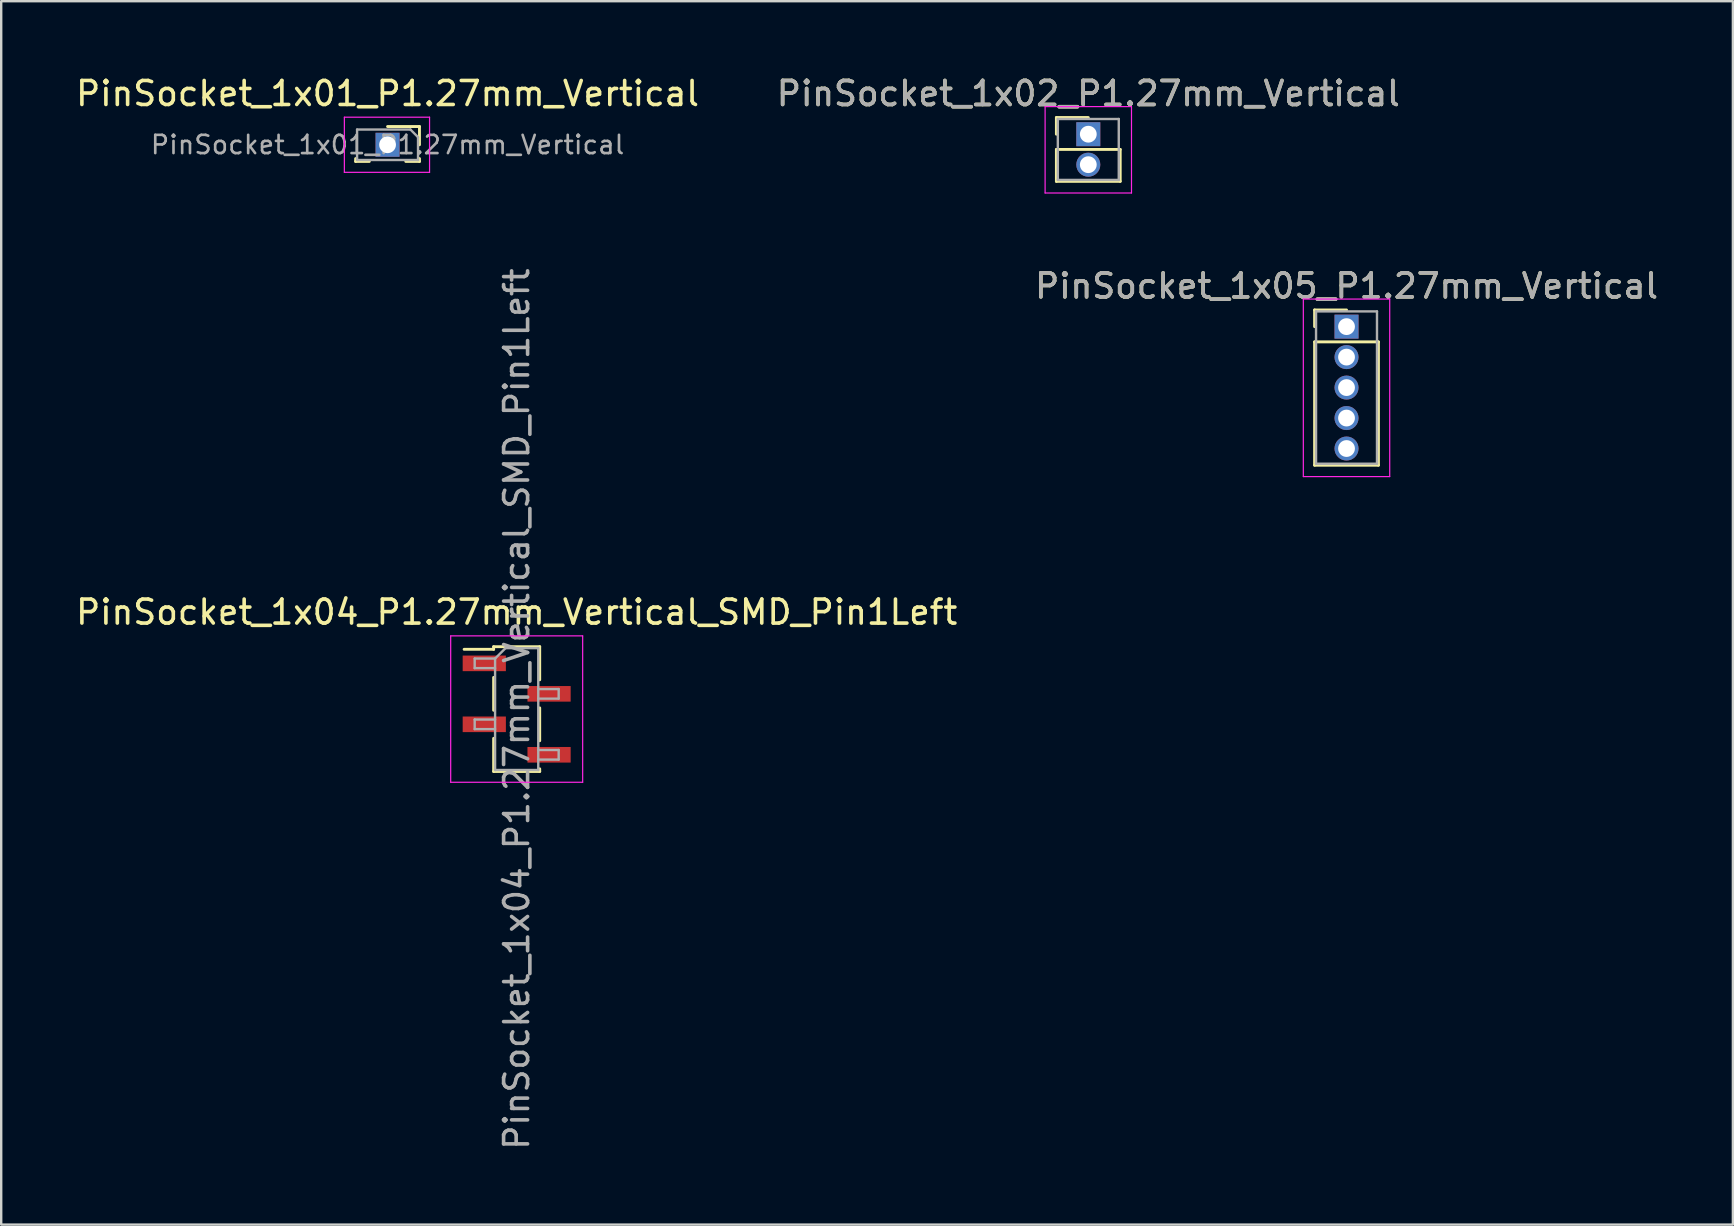
<source format=kicad_pcb>
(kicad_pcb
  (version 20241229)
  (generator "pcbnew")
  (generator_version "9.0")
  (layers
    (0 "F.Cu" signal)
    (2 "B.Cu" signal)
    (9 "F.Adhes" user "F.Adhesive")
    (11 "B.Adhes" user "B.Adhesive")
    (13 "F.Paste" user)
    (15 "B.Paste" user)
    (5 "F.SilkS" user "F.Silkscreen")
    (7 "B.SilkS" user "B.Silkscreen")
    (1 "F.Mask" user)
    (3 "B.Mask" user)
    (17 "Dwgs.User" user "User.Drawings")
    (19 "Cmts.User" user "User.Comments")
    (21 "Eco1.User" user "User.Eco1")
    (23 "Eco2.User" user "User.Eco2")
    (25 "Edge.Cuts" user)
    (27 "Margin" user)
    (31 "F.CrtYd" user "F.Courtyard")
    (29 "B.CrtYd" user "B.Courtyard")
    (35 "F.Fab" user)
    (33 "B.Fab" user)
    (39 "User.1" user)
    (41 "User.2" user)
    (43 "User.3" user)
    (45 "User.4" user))
  (footprint "PinSocket_1x04_P1.27mm_Vertical_SMD_Pin1Left"
    (layer "F.Cu")
    (at 18.482 26.5)
    (property "Reference" "PinSocket_1x04_P1.27mm_Vertical_SMD_Pin1Left" (at 0 -4.04 0) (layer "F.SilkS") (effects (font (size 1 1) (thickness 0.15))))
    (attr smd)
    (fp_line (start -2.19 -2.49) (end -0.96 -2.49) (stroke (width 0.12) (type solid)) (layer "F.SilkS"))
    (fp_line (start -0.96 -2.6) (end -0.96 -2.49) (stroke (width 0.12) (type solid)) (layer "F.SilkS"))
    (fp_line (start -0.96 -2.6) (end 0.96 -2.6) (stroke (width 0.12) (type solid)) (layer "F.SilkS"))
    (fp_line (start -0.96 -1.32) (end -0.96 0.05) (stroke (width 0.12) (type solid)) (layer "F.SilkS"))
    (fp_line (start -0.96 1.22) (end -0.96 2.6) (stroke (width 0.12) (type solid)) (layer "F.SilkS"))
    (fp_line (start -0.96 2.6) (end 0.96 2.6) (stroke (width 0.12) (type solid)) (layer "F.SilkS"))
    (fp_line (start 0.96 -2.6) (end 0.96 -1.22) (stroke (width 0.12) (type solid)) (layer "F.SilkS"))
    (fp_line (start 0.96 -0.05) (end 0.96 1.32) (stroke (width 0.12) (type solid)) (layer "F.SilkS"))
    (fp_line (start 0.96 2.49) (end 0.96 2.6) (stroke (width 0.12) (type solid)) (layer "F.SilkS"))
    (fp_line (start -2.75 -3.05) (end 2.75 -3.05) (stroke (width 0.05) (type solid)) (layer "F.CrtYd"))
    (fp_line (start -2.75 3.05) (end -2.75 -3.05) (stroke (width 0.05) (type solid)) (layer "F.CrtYd"))
    (fp_line (start 2.75 -3.05) (end 2.75 3.05) (stroke (width 0.05) (type solid)) (layer "F.CrtYd"))
    (fp_line (start 2.75 3.05) (end -2.75 3.05) (stroke (width 0.05) (type solid)) (layer "F.CrtYd"))
    (fp_line (start -1.75 -2.105) (end -0.9 -2.105) (stroke (width 0.1) (type solid)) (layer "F.Fab"))
    (fp_line (start -1.75 -1.705) (end -1.75 -2.105) (stroke (width 0.1) (type solid)) (layer "F.Fab"))
    (fp_line (start -1.75 0.435) (end -0.9 0.435) (stroke (width 0.1) (type solid)) (layer "F.Fab"))
    (fp_line (start -1.75 0.835) (end -1.75 0.435) (stroke (width 0.1) (type solid)) (layer "F.Fab"))
    (fp_line (start -0.9 -2.105) (end -0.465 -2.54) (stroke (width 0.1) (type solid)) (layer "F.Fab"))
    (fp_line (start -0.9 -1.705) (end -1.75 -1.705) (stroke (width 0.1) (type solid)) (layer "F.Fab"))
    (fp_line (start -0.9 0.835) (end -1.75 0.835) (stroke (width 0.1) (type solid)) (layer "F.Fab"))
    (fp_line (start -0.9 2.54) (end -0.9 -2.105) (stroke (width 0.1) (type solid)) (layer "F.Fab"))
    (fp_line (start -0.465 -2.54) (end 0.9 -2.54) (stroke (width 0.1) (type solid)) (layer "F.Fab"))
    (fp_line (start 0.9 -2.54) (end 0.9 2.54) (stroke (width 0.1) (type solid)) (layer "F.Fab"))
    (fp_line (start 0.9 -0.835) (end 1.75 -0.835) (stroke (width 0.1) (type solid)) (layer "F.Fab"))
    (fp_line (start 0.9 1.705) (end 1.75 1.705) (stroke (width 0.1) (type solid)) (layer "F.Fab"))
    (fp_line (start 0.9 2.54) (end -0.9 2.54) (stroke (width 0.1) (type solid)) (layer "F.Fab"))
    (fp_line (start 1.75 -0.835) (end 1.75 -0.435) (stroke (width 0.1) (type solid)) (layer "F.Fab"))
    (fp_line (start 1.75 -0.435) (end 0.9 -0.435) (stroke (width 0.1) (type solid)) (layer "F.Fab"))
    (fp_line (start 1.75 1.705) (end 1.75 2.105) (stroke (width 0.1) (type solid)) (layer "F.Fab"))
    (fp_line (start 1.75 2.105) (end 0.9 2.105) (stroke (width 0.1) (type solid)) (layer "F.Fab"))
    (fp_text user "${REFERENCE}" (at 0 0 90) (layer "F.Fab") (effects (font (size 1 1) (thickness 0.15))))
    (pad "1" smd rect (at -1.35 -1.905) (size 1.8 0.65) (layers "F.Cu" "F.Mask" "F.Paste"))
    (pad "2" smd rect (at 1.35 -0.635) (size 1.8 0.65) (layers "F.Cu" "F.Mask" "F.Paste"))
    (pad "3" smd rect (at -1.35 0.635) (size 1.8 0.65) (layers "F.Cu" "F.Mask" "F.Paste"))
    (pad "4" smd rect (at 1.35 1.905) (size 1.8 0.65) (layers "F.Cu" "F.Mask" "F.Paste")))
  (footprint "PinSocket_1x02_P1.27mm_Vertical"
    (layer "F.Cu")
    (at 42.304 2.543)
    (property "Reference" "PinSocket_1x02_P1.27mm_Vertical" (at 0 -1.695 0) (layer "F.SilkS") (effects (font (size 1 1) (thickness 0.15))))
    (attr through_hole)
    (fp_line (start -1.33 -0.695) (end 0 -0.695) (stroke (width 0.12) (type solid)) (layer "F.SilkS"))
    (fp_line (start -1.33 0) (end -1.33 -0.695) (stroke (width 0.12) (type solid)) (layer "F.SilkS"))
    (fp_line (start -1.33 0.635) (end -1.33 1.965) (stroke (width 0.12) (type solid)) (layer "F.SilkS"))
    (fp_line (start -1.33 1.965) (end 1.33 1.965) (stroke (width 0.12) (type solid)) (layer "F.SilkS"))
    (fp_line (start 1.33 0.635) (end -1.33 0.635) (stroke (width 0.12) (type solid)) (layer "F.SilkS"))
    (fp_line (start 1.33 1.965) (end 1.33 0.635) (stroke (width 0.12) (type solid)) (layer "F.SilkS"))
    (fp_line (start -1.8 -1.15) (end -1.8 2.45) (stroke (width 0.05) (type solid)) (layer "F.CrtYd"))
    (fp_line (start -1.8 2.45) (end 1.8 2.45) (stroke (width 0.05) (type solid)) (layer "F.CrtYd"))
    (fp_line (start 1.8 -1.15) (end -1.8 -1.15) (stroke (width 0.05) (type solid)) (layer "F.CrtYd"))
    (fp_line (start 1.8 2.45) (end 1.8 -1.15) (stroke (width 0.05) (type solid)) (layer "F.CrtYd"))
    (fp_line (start -1.27 -0.635) (end -1.27 1.905) (stroke (width 0.1) (type solid)) (layer "F.Fab"))
    (fp_line (start -1.27 1.905) (end 1.27 1.905) (stroke (width 0.1) (type solid)) (layer "F.Fab"))
    (fp_line (start 1.27 -0.635) (end -1.27 -0.635) (stroke (width 0.1) (type solid)) (layer "F.Fab"))
    (fp_line (start 1.27 1.905) (end 1.27 -0.635) (stroke (width 0.1) (type solid)) (layer "F.Fab"))
    (fp_text user "${REFERENCE}" (at 0 -1.695 0) (layer "F.Fab") (effects (font (size 1 1) (thickness 0.15))))
    (pad "1" thru_hole rect (at 0 0) (size 1 1) (drill 0.7) (layers "*.Cu" "*.Mask"))
    (pad "2" thru_hole oval (at 0 1.27) (size 1 1) (drill 0.7) (layers "*.Cu" "*.Mask")))
  (footprint "PinSocket_1x01_P1.27mm_Vertical"
    (layer "F.Cu")
    (at 13.101 2.983)
    (property "Reference" "PinSocket_1x01_P1.27mm_Vertical" (at 0 -2.135 0) (layer "F.SilkS") (effects (font (size 1 1) (thickness 0.15))))
    (attr through_hole)
    (fp_line (start -1.33 0.575) (end -1.33 0.695) (stroke (width 0.12) (type solid)) (layer "F.SilkS"))
    (fp_line (start -1.33 0.695) (end -0.76 0.695) (stroke (width 0.12) (type solid)) (layer "F.SilkS"))
    (fp_line (start 0 -0.76) (end 1.33 -0.76) (stroke (width 0.12) (type solid)) (layer "F.SilkS"))
    (fp_line (start 0.76 0.695) (end 1.33 0.695) (stroke (width 0.12) (type solid)) (layer "F.SilkS"))
    (fp_line (start 1.33 -0.76) (end 1.33 0) (stroke (width 0.12) (type solid)) (layer "F.SilkS"))
    (fp_line (start 1.33 0.575) (end 1.33 0.695) (stroke (width 0.12) (type solid)) (layer "F.SilkS"))
    (fp_line (start -1.8 -1.15) (end 1.75 -1.15) (stroke (width 0.05) (type solid)) (layer "F.CrtYd"))
    (fp_line (start -1.8 1.15) (end -1.8 -1.15) (stroke (width 0.05) (type solid)) (layer "F.CrtYd"))
    (fp_line (start 1.75 -1.15) (end 1.75 1.15) (stroke (width 0.05) (type solid)) (layer "F.CrtYd"))
    (fp_line (start 1.75 1.15) (end -1.8 1.15) (stroke (width 0.05) (type solid)) (layer "F.CrtYd"))
    (fp_line (start -1.27 -0.635) (end 0.953 -0.635) (stroke (width 0.1) (type solid)) (layer "F.Fab"))
    (fp_line (start -1.27 0.635) (end -1.27 -0.635) (stroke (width 0.1) (type solid)) (layer "F.Fab"))
    (fp_line (start 0.953 -0.635) (end 1.27 -0.318) (stroke (width 0.1) (type solid)) (layer "F.Fab"))
    (fp_line (start 1.27 -0.318) (end 1.27 0.635) (stroke (width 0.1) (type solid)) (layer "F.Fab"))
    (fp_line (start 1.27 0.635) (end -1.27 0.635) (stroke (width 0.1) (type solid)) (layer "F.Fab"))
    (fp_text user "${REFERENCE}" (at 0 0 0) (layer "F.Fab") (effects (font (size 0.76 0.76) (thickness 0.11))))
    (pad "1" thru_hole rect (at 0 0) (size 1 1) (drill 0.7) (layers "*.Cu" "*.Mask")))
  (footprint "PinSocket_1x05_P1.27mm_Vertical"
    (layer "F.Cu")
    (at 53.065 10.562)
    (property "Reference" "PinSocket_1x05_P1.27mm_Vertical" (at 0 -1.695 0) (layer "F.SilkS") (effects (font (size 1 1) (thickness 0.15))))
    (attr through_hole)
    (fp_line (start -1.33 -0.695) (end 0 -0.695) (stroke (width 0.12) (type solid)) (layer "F.SilkS"))
    (fp_line (start -1.33 0) (end -1.33 -0.695) (stroke (width 0.12) (type solid)) (layer "F.SilkS"))
    (fp_line (start -1.33 0.635) (end -1.33 5.775) (stroke (width 0.12) (type solid)) (layer "F.SilkS"))
    (fp_line (start -1.33 5.775) (end 1.33 5.775) (stroke (width 0.12) (type solid)) (layer "F.SilkS"))
    (fp_line (start 1.33 0.635) (end -1.33 0.635) (stroke (width 0.12) (type solid)) (layer "F.SilkS"))
    (fp_line (start 1.33 5.775) (end 1.33 0.635) (stroke (width 0.12) (type solid)) (layer "F.SilkS"))
    (fp_line (start -1.8 -1.15) (end -1.8 6.25) (stroke (width 0.05) (type solid)) (layer "F.CrtYd"))
    (fp_line (start -1.8 6.25) (end 1.8 6.25) (stroke (width 0.05) (type solid)) (layer "F.CrtYd"))
    (fp_line (start 1.8 -1.15) (end -1.8 -1.15) (stroke (width 0.05) (type solid)) (layer "F.CrtYd"))
    (fp_line (start 1.8 6.25) (end 1.8 -1.15) (stroke (width 0.05) (type solid)) (layer "F.CrtYd"))
    (fp_line (start -1.27 -0.635) (end -1.27 5.715) (stroke (width 0.1) (type solid)) (layer "F.Fab"))
    (fp_line (start -1.27 5.715) (end 1.27 5.715) (stroke (width 0.1) (type solid)) (layer "F.Fab"))
    (fp_line (start 1.27 -0.635) (end -1.27 -0.635) (stroke (width 0.1) (type solid)) (layer "F.Fab"))
    (fp_line (start 1.27 5.715) (end 1.27 -0.635) (stroke (width 0.1) (type solid)) (layer "F.Fab"))
    (fp_text user "${REFERENCE}" (at 0 -1.695 0) (layer "F.Fab") (effects (font (size 1 1) (thickness 0.15))))
    (pad "1" thru_hole rect (at 0 0) (size 1 1) (drill 0.7) (layers "*.Cu" "*.Mask"))
    (pad "2" thru_hole oval (at 0 1.27) (size 1 1) (drill 0.7) (layers "*.Cu" "*.Mask"))
    (pad "3" thru_hole oval (at 0 2.54) (size 1 1) (drill 0.7) (layers "*.Cu" "*.Mask"))
    (pad "4" thru_hole oval (at 0 3.81) (size 1 1) (drill 0.7) (layers "*.Cu" "*.Mask"))
    (pad "5" thru_hole oval (at 0 5.08) (size 1 1) (drill 0.7) (layers "*.Cu" "*.Mask")))
  (gr_rect
    (start -3 -3)
    (end 69.167 47.983)
    (stroke (width 0.1) (type default))
    (fill no)
    (layer "Edge.Cuts")))
</source>
